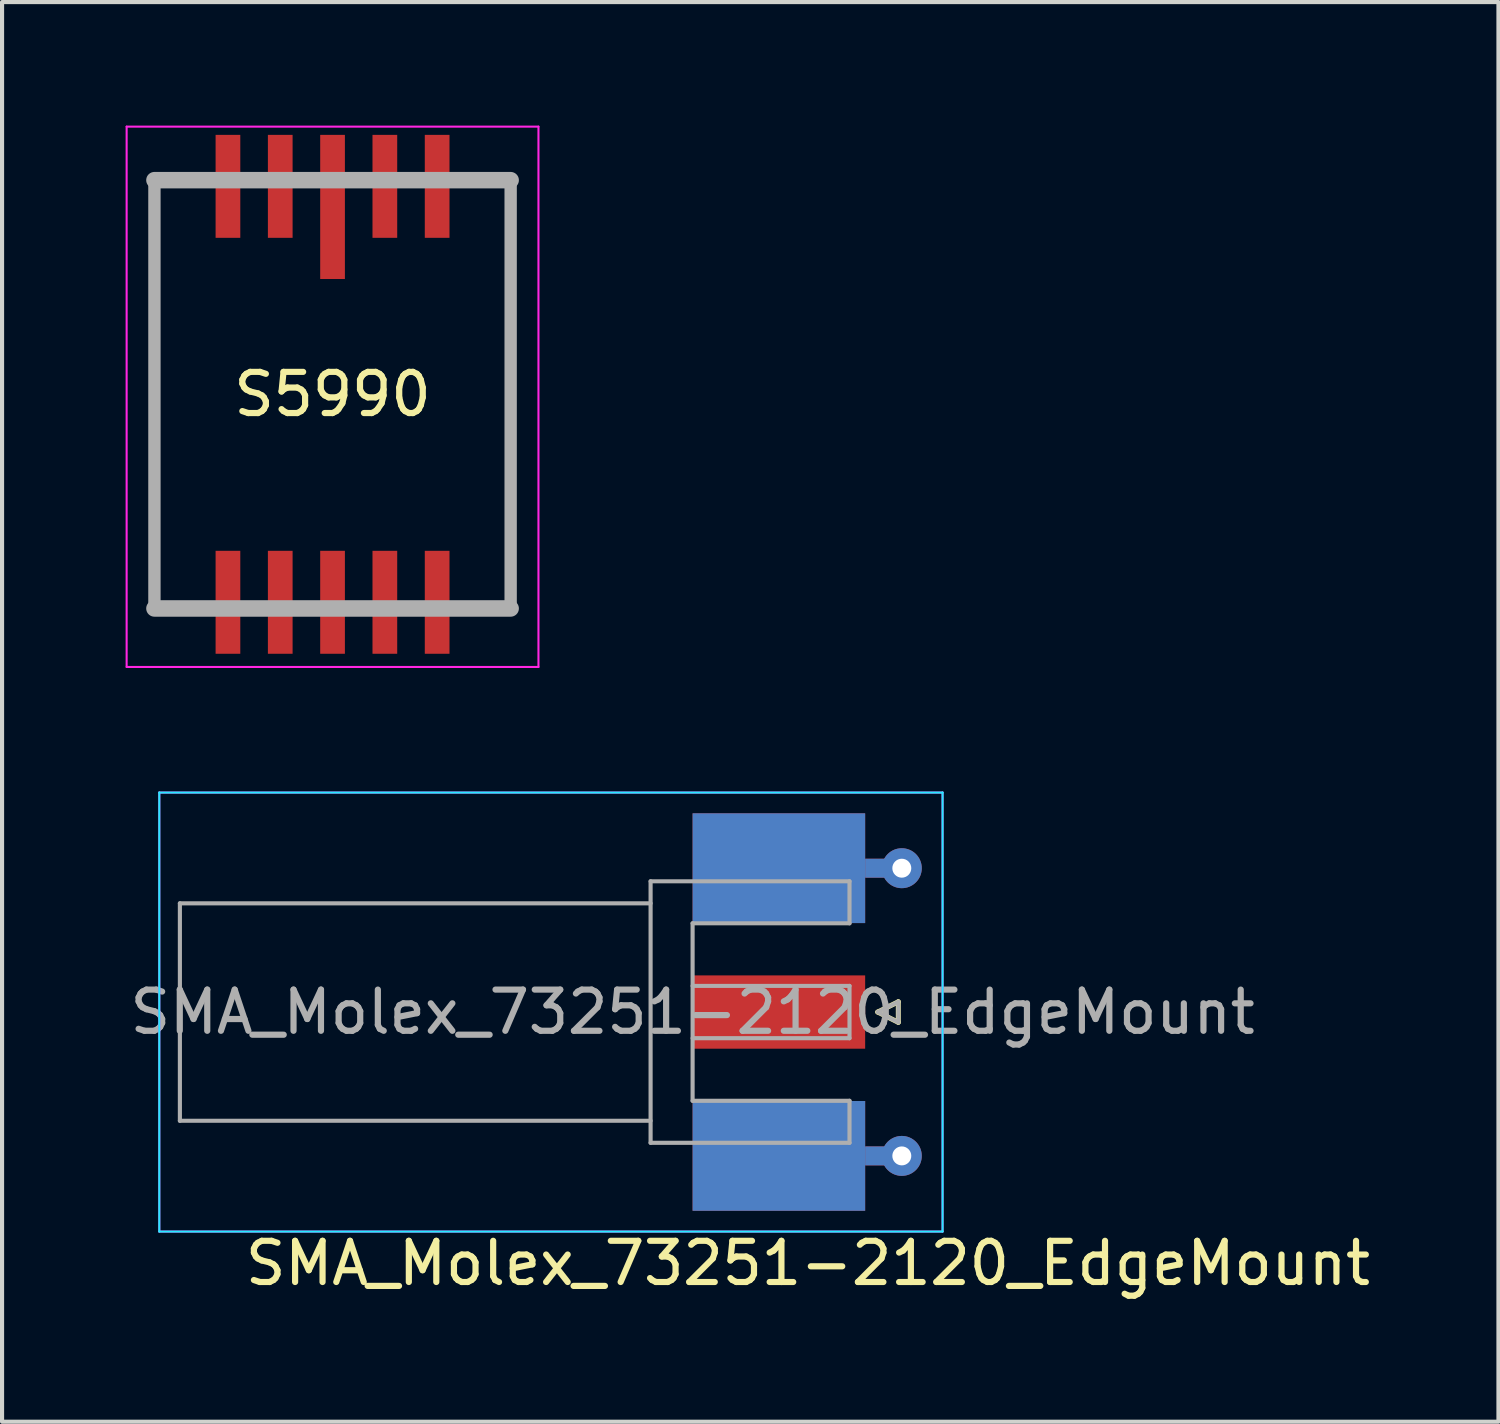
<source format=kicad_pcb>
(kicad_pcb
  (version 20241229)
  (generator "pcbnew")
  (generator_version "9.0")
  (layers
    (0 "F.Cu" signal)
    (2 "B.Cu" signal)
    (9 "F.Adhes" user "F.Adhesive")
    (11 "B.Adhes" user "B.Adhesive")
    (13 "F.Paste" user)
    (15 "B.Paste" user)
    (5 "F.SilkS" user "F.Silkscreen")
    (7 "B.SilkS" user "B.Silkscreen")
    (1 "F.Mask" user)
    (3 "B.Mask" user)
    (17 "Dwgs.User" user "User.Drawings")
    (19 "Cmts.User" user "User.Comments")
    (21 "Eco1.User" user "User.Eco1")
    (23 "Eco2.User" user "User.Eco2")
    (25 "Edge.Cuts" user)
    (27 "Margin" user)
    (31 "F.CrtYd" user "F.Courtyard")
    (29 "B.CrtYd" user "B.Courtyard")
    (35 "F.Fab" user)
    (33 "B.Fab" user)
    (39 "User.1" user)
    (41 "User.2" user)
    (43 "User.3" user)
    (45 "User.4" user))
  (footprint "SMA_Molex_73251-2120_EdgeMount"
    (layer "F.Cu")
    (at 13.768 21.525)
    (property "Reference" "SMA_Molex_73251-2120_EdgeMount" (at 2.8 6.1 0) (layer "F.SilkS") (effects (font (size 1 1) (thickness 0.15))))
    (attr smd)
    (fp_line (start 4.495 0) (end 4.995 -0.25) (stroke (width 0.12) (type solid)) (layer "F.SilkS"))
    (fp_line (start 4.995 -0.25) (end 4.995 0.25) (stroke (width 0.12) (type solid)) (layer "F.SilkS"))
    (fp_line (start 4.995 0.25) (end 4.495 0) (stroke (width 0.12) (type solid)) (layer "F.SilkS"))
    (fp_line (start -12.95 -5.33) (end -12.95 5.33) (stroke (width 0.05) (type solid)) (layer "B.CrtYd"))
    (fp_line (start -12.95 5.33) (end 6.07 5.33) (stroke (width 0.05) (type solid)) (layer "B.CrtYd"))
    (fp_line (start 6.07 -5.33) (end -12.95 -5.33) (stroke (width 0.05) (type solid)) (layer "B.CrtYd"))
    (fp_line (start 6.07 -5.33) (end 6.07 5.33) (stroke (width 0.05) (type solid)) (layer "B.CrtYd"))
    (fp_line (start -12.95 -5.33) (end -12.95 5.33) (stroke (width 0.05) (type solid)) (layer "F.CrtYd"))
    (fp_line (start -12.95 5.33) (end 6.07 5.33) (stroke (width 0.05) (type solid)) (layer "F.CrtYd"))
    (fp_line (start 6.07 -5.33) (end -12.95 -5.33) (stroke (width 0.05) (type solid)) (layer "F.CrtYd"))
    (fp_line (start 6.07 -5.33) (end 6.07 5.33) (stroke (width 0.05) (type solid)) (layer "F.CrtYd"))
    (fp_line (start -12.45 -2.64) (end -12.45 2.64) (stroke (width 0.1) (type solid)) (layer "F.Fab"))
    (fp_line (start -12.45 -2.64) (end -1.02 -2.64) (stroke (width 0.1) (type solid)) (layer "F.Fab"))
    (fp_line (start -12.45 2.64) (end -1.02 2.64) (stroke (width 0.1) (type solid)) (layer "F.Fab"))
    (fp_line (start -1.02 -3.175) (end -1.02 3.175) (stroke (width 0.1) (type solid)) (layer "F.Fab"))
    (fp_line (start -1.02 3.175) (end 3.81 3.175) (stroke (width 0.1) (type solid)) (layer "F.Fab"))
    (fp_line (start 0 -2.155) (end 0 2.155) (stroke (width 0.1) (type solid)) (layer "F.Fab"))
    (fp_line (start 0 -2.155) (end 3.81 -2.155) (stroke (width 0.1) (type solid)) (layer "F.Fab"))
    (fp_line (start 0 -0.635) (end 3.81 -0.635) (stroke (width 0.1) (type solid)) (layer "F.Fab"))
    (fp_line (start 0 0.635) (end 3.81 0.635) (stroke (width 0.1) (type solid)) (layer "F.Fab"))
    (fp_line (start 0 2.155) (end 3.81 2.155) (stroke (width 0.1) (type solid)) (layer "F.Fab"))
    (fp_line (start 3.81 -3.175) (end -1.02 -3.175) (stroke (width 0.1) (type solid)) (layer "F.Fab"))
    (fp_line (start 3.81 -3.175) (end 3.81 -2.155) (stroke (width 0.1) (type solid)) (layer "F.Fab"))
    (fp_line (start 3.81 -0.635) (end 3.81 0.635) (stroke (width 0.1) (type solid)) (layer "F.Fab"))
    (fp_line (start 3.81 3.175) (end 3.81 2.155) (stroke (width 0.1) (type solid)) (layer "F.Fab"))
    (fp_line (start 4.495 0) (end 4.995 0.25) (stroke (width 0.1) (type solid)) (layer "F.Fab"))
    (fp_line (start 4.995 -0.25) (end 4.495 0) (stroke (width 0.1) (type solid)) (layer "F.Fab"))
    (fp_line (start 4.995 0.25) (end 4.995 -0.25) (stroke (width 0.1) (type solid)) (layer "F.Fab"))
    (fp_text user "${REFERENCE}" (at 0 0 0) (layer "F.Fab") (effects (font (size 1 1) (thickness 0.15))))
    (pad "1" smd rect (at 2.095 0) (size 4.19 1.78) (layers "F.Cu" "F.Mask" "F.Paste"))
    (pad "2" smd rect (at 2.095 -3.493) (size 4.19 2.665) (layers "F.Cu" "F.Mask" "F.Paste"))
    (pad "2" smd rect (at 2.095 -3.493) (size 4.19 2.665) (layers "B.Cu" "B.Mask" "B.Paste"))
    (pad "2" smd rect (at 2.095 3.493) (size 4.19 2.665) (layers "F.Cu" "F.Mask" "F.Paste"))
    (pad "2" smd rect (at 2.095 3.493) (size 4.19 2.665) (layers "B.Cu" "B.Mask" "B.Paste"))
    (pad "2" smd rect (at 4.635 -3.493) (size 0.89 0.46) (layers "F.Cu"))
    (pad "2" smd rect (at 4.635 -3.493) (size 0.89 0.46) (layers "B.Cu"))
    (pad "2" smd rect (at 4.635 3.493) (size 0.89 0.46) (layers "F.Cu"))
    (pad "2" smd rect (at 4.635 3.493) (size 0.89 0.46) (layers "B.Cu"))
    (pad "2" thru_hole circle (at 5.08 -3.493) (size 0.97 0.97) (drill 0.46) (layers "*.Cu"))
    (pad "2" thru_hole circle (at 5.08 3.493) (size 0.97 0.97) (drill 0.46) (layers "*.Cu")))
  (footprint "S5990"
    (layer "F.Cu")
    (at 5.025 6.525)
    (property "Reference" "S5990" (at 0 0 180) (layer "F.SilkS") (effects (font (size 1 1) (thickness 0.15))))
    (attr through_hole)
    (fp_line (start -5 -6.5) (end -5 6.62) (stroke (width 0.05) (type solid)) (layer "F.CrtYd"))
    (fp_line (start 5 -6.5) (end -5 -6.5) (stroke (width 0.05) (type solid)) (layer "F.CrtYd"))
    (fp_line (start 5 -6.5) (end 5 6.62) (stroke (width 0.05) (type solid)) (layer "F.CrtYd"))
    (fp_line (start 5 6.62) (end -5 6.62) (stroke (width 0.05) (type solid)) (layer "F.CrtYd"))
    (fp_line (start -4.325 -5.2) (end -4.325 5.2) (stroke (width 0.3) (type solid)) (layer "F.Fab"))
    (fp_line (start -4.325 -5.2) (end 4.325 -5.2) (stroke (width 0.4) (type solid)) (layer "F.Fab"))
    (fp_line (start -4.325 5.2) (end 4.325 5.2) (stroke (width 0.4) (type solid)) (layer "F.Fab"))
    (fp_line (start 4.325 -5.2) (end 4.325 5.2) (stroke (width 0.3) (type solid)) (layer "F.Fab"))
    (pad "1" smd rect (at -2.54 -5.05 180) (size 0.6 2.5) (layers "F.Cu" "F.Mask" "F.Paste"))
    (pad "2" smd rect (at -1.27 -5.05 180) (size 0.6 2.5) (layers "F.Cu" "F.Mask" "F.Paste"))
    (pad "3" smd rect (at 0 -4.55 180) (size 0.6 3.5) (layers "F.Cu" "F.Mask" "F.Paste"))
    (pad "4" smd rect (at 1.27 -5.05 180) (size 0.6 2.5) (layers "F.Cu" "F.Mask" "F.Paste"))
    (pad "5" smd rect (at 2.54 -5.05 180) (size 0.6 2.5) (layers "F.Cu" "F.Mask" "F.Paste"))
    (pad "6" smd rect (at 2.54 5.05 180) (size 0.6 2.5) (layers "F.Cu" "F.Mask" "F.Paste"))
    (pad "7" smd rect (at 1.27 5.05 180) (size 0.6 2.5) (layers "F.Cu" "F.Mask" "F.Paste"))
    (pad "8" smd rect (at 0 5.05 180) (size 0.6 2.5) (layers "F.Cu" "F.Mask" "F.Paste"))
    (pad "9" smd rect (at -1.27 5.05 180) (size 0.6 2.5) (layers "F.Cu" "F.Mask" "F.Paste"))
    (pad "10" smd rect (at -2.54 5.05 180) (size 0.6 2.5) (layers "F.Cu" "F.Mask" "F.Paste")))
  (gr_rect
    (start -3 -3)
    (end 33.336 31.473)
    (stroke (width 0.1) (type default))
    (fill no)
    (layer "Edge.Cuts")))
</source>
